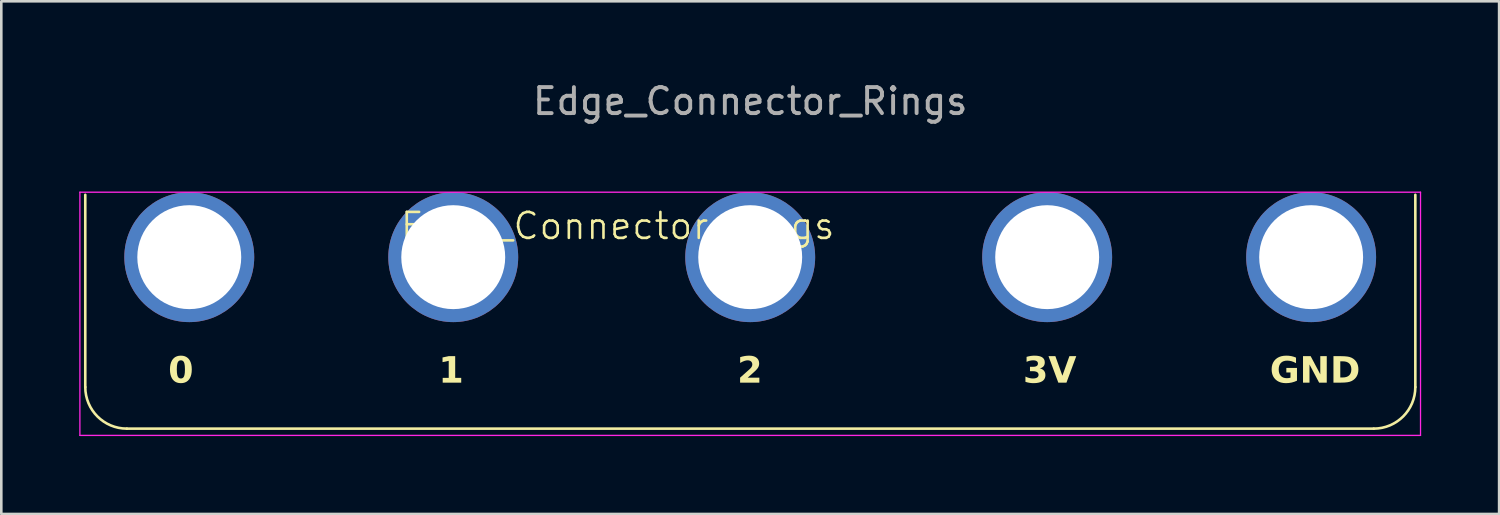
<source format=kicad_pcb>
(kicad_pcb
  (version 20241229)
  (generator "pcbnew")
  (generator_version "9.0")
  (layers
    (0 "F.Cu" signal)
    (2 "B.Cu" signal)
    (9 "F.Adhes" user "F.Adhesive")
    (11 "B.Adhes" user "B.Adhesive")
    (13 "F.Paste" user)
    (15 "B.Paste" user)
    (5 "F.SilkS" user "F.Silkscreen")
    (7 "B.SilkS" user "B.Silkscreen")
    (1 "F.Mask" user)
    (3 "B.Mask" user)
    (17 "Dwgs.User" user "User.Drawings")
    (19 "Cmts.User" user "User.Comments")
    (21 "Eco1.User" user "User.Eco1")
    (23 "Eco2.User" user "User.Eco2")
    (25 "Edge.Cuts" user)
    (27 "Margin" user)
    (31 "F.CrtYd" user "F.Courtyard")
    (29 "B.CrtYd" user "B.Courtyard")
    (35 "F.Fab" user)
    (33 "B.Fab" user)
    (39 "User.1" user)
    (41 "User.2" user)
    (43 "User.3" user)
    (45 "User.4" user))
  (footprint "Edge_Connector_Rings"
    (layer "F.Cu")
    (at 25.825 6.848)
    (property "Reference" "Edge_Connector_Rings" (at -5.1 -1.2 0) (unlocked yes) (layer "F.SilkS") (effects (font (size 1 1) (thickness 0.1))))
    (fp_circle (center 11.43 0) (end 12.93 0) (stroke (width 0.1) (type solid)) (fill yes) (layer "F.Mask"))
    (fp_line (start -25.593 5) (end -25.593 -2.4) (stroke (width 0.1) (type default)) (layer "F.SilkS"))
    (fp_line (start 24 6.6) (end -23.993 6.6) (stroke (width 0.1) (type default)) (layer "F.SilkS"))
    (fp_line (start 25.6 -2.4) (end 25.6 5) (stroke (width 0.1) (type default)) (layer "F.SilkS"))
    (fp_arc (start -23.992893 6.6) (mid -25.124264 6.131371) (end -25.592893 5) (stroke (width 0.1) (type default)) (layer "F.SilkS"))
    (fp_arc (start 25.6 5) (mid 25.131371 6.131371) (end 24 6.6) (stroke (width 0.1) (type default)) (layer "F.SilkS"))
    (fp_line (start -25.8 -2.5) (end -25.8 6.86) (stroke (width 0.05) (type default)) (layer "F.CrtYd"))
    (fp_line (start -25.8 -2.5) (end 25.8 -2.5) (stroke (width 0.05) (type default)) (layer "F.CrtYd"))
    (fp_line (start -25.8 6.86) (end 25.8 6.86) (stroke (width 0.05) (type default)) (layer "F.CrtYd"))
    (fp_line (start 25.8 -2.5) (end 25.8 6.86) (stroke (width 0.05) (type default)) (layer "F.CrtYd"))
    (fp_text user "2" (at -0.5 5 0) (unlocked yes) (layer "F.SilkS") (effects (font (face "Arial Black") (size 1 1) (thickness 0.1)) (justify left bottom)))
    (fp_text user "1" (at -12 5 0) (unlocked yes) (layer "F.SilkS") (effects (font (face "Arial Black") (size 1 1) (thickness 0.1)) (justify left bottom)))
    (fp_text user "0" (at -22.4 5 0) (unlocked yes) (layer "F.SilkS") (effects (font (face "Arial Black") (size 1 1) (thickness 0.1)) (justify left bottom)))
    (fp_text user "GND" (at 20 5 0) (unlocked yes) (layer "F.SilkS") (effects (font (face "Arial Black") (size 1 1) (thickness 0.1)) (justify left bottom)))
    (fp_text user "3V" (at 10.5 5 0) (unlocked yes) (layer "F.SilkS") (effects (font (face "Arial Black") (size 1 1) (thickness 0.1)) (justify left bottom)))
    (fp_text user "${REFERENCE}" (at 0 -6 0) (unlocked yes) (layer "F.Fab") (effects (font (size 1 1) (thickness 0.15))))
    (pad "1" thru_hole circle (at -21.59 0) (size 5 5) (drill 4) (layers "*.Cu" "*.Mask"))
    (pad "2" thru_hole circle (at -11.43 0) (size 5 5) (drill 4) (layers "*.Cu" "*.Mask"))
    (pad "3" thru_hole circle (at 0 0) (size 5 5) (drill 4) (layers "*.Cu" "*.Mask"))
    (pad "4" thru_hole circle (at 11.43 0) (size 5 5) (drill 4) (layers "*.Cu" "*.Mask"))
    (pad "5" thru_hole circle (at 21.59 0) (size 5 5) (drill 4) (layers "*.Cu" "*.Mask")))
  (gr_rect
    (start -3 -3)
    (end 54.65 16.733)
    (stroke (width 0.1) (type default))
    (fill no)
    (layer "Edge.Cuts")))
</source>
